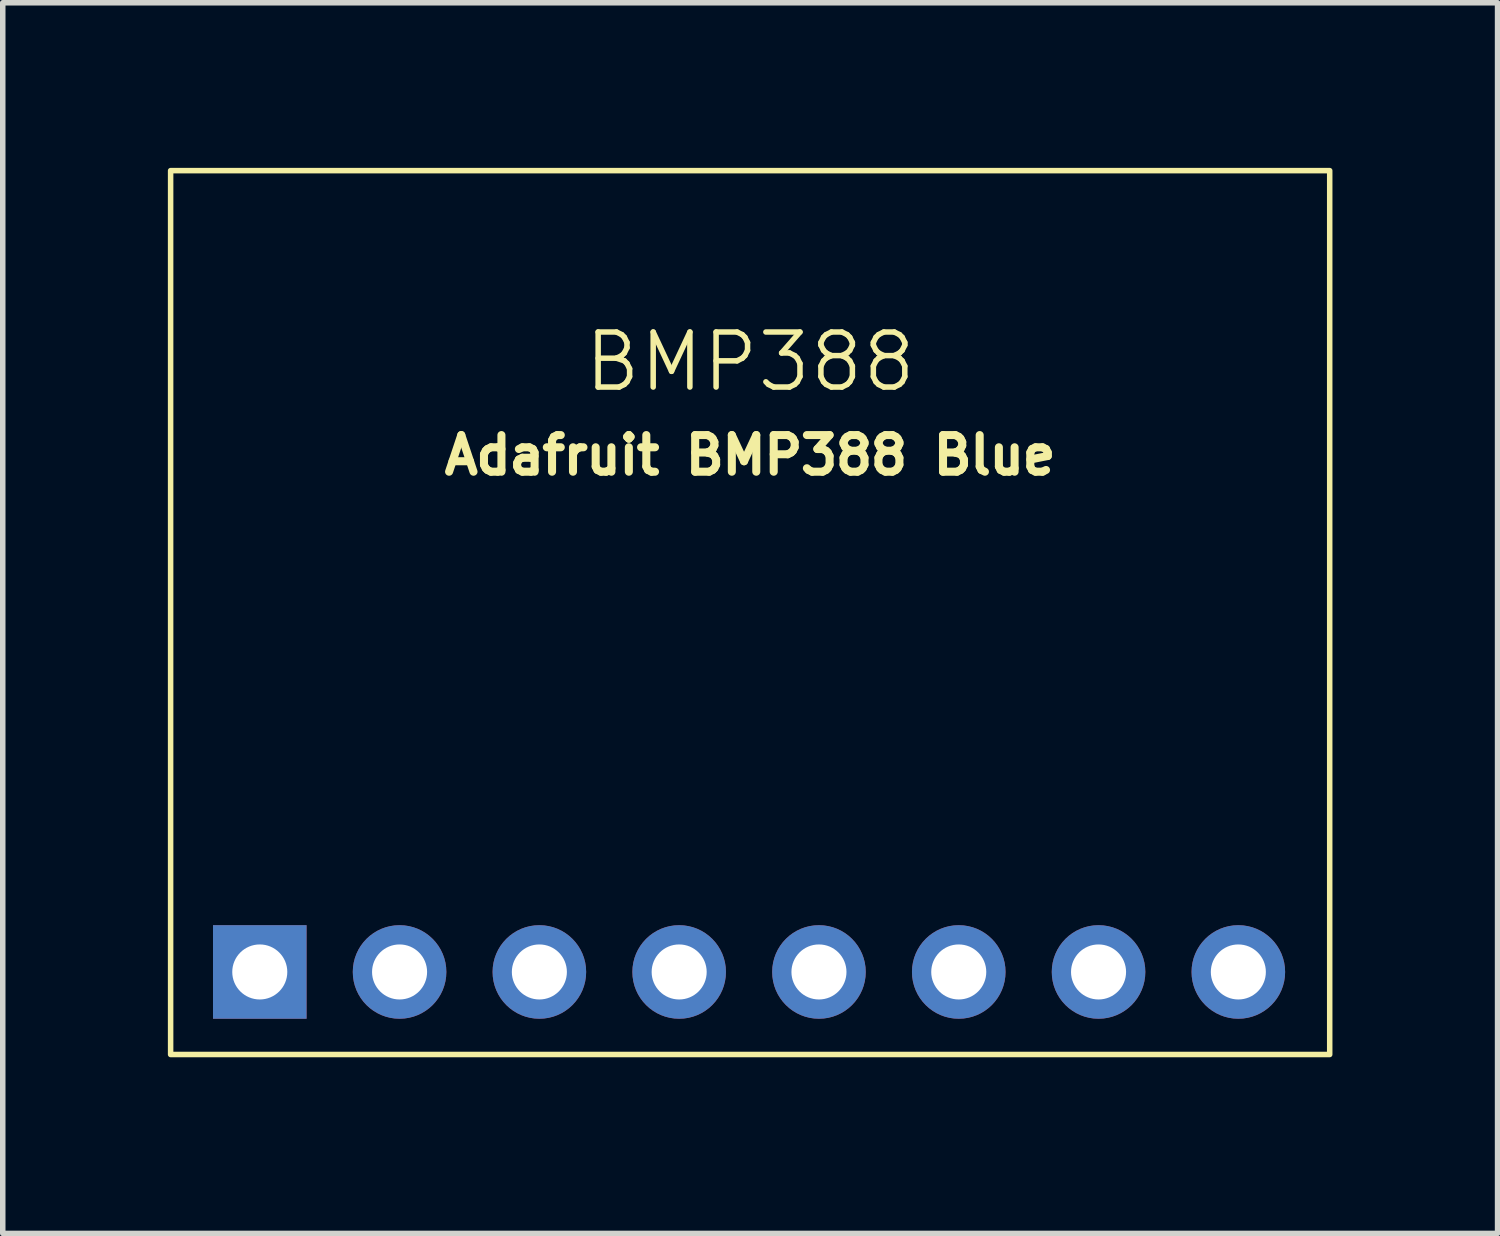
<source format=kicad_pcb>
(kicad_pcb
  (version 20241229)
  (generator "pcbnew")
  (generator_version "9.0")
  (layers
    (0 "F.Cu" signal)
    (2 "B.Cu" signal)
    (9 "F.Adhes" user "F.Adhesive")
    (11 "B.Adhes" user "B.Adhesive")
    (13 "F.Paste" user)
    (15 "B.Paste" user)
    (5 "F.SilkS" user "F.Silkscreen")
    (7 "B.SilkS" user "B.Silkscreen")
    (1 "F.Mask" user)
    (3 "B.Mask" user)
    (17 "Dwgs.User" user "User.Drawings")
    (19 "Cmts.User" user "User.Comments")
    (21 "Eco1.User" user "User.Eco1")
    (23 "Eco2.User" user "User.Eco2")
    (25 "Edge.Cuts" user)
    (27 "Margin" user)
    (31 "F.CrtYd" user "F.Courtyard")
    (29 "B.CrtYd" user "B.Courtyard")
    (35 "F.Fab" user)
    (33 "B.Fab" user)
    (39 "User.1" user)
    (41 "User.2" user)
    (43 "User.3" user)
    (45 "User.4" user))
  (footprint "Adafruit BMP388 Blue"
    (layer "F.Cu")
    (at 10.58 16.11)
    (property "Reference" "Adafruit BMP388 Blue" (at 0 -10.5 0) (layer "F.SilkS") (effects (font (size 0.666 0.666) (thickness 0.146)) (justify bottom)))
    (fp_rect (start -10.53 0) (end 10.53 -16.06) (stroke (width 0.1) (type default)) (fill no) (layer "F.SilkS"))
    (fp_text user "BMP388" (at 0 -12 0) (unlocked yes) (layer "F.SilkS") (effects (font (size 1 1) (thickness 0.1)) (justify bottom)))
    (pad "1" thru_hole rect (at -8.91 -1.5 90) (size 1.7 1.7) (drill 1) (layers "*.Cu" "*.Mask"))
    (pad "2" thru_hole oval (at -6.37 -1.5 90) (size 1.7 1.7) (drill 1) (layers "*.Cu" "*.Mask"))
    (pad "3" thru_hole oval (at -3.83 -1.5 90) (size 1.7 1.7) (drill 1) (layers "*.Cu" "*.Mask"))
    (pad "4" thru_hole oval (at -1.29 -1.5 90) (size 1.7 1.7) (drill 1) (layers "*.Cu" "*.Mask"))
    (pad "5" thru_hole oval (at 1.25 -1.5 90) (size 1.7 1.7) (drill 1) (layers "*.Cu" "*.Mask"))
    (pad "6" thru_hole oval (at 3.79 -1.5 90) (size 1.7 1.7) (drill 1) (layers "*.Cu" "*.Mask"))
    (pad "7" thru_hole oval (at 6.33 -1.5 90) (size 1.7 1.7) (drill 1) (layers "*.Cu" "*.Mask"))
    (pad "8" thru_hole oval (at 8.87 -1.5 90) (size 1.7 1.7) (drill 1) (layers "*.Cu" "*.Mask")))
  (gr_rect
    (start -3 -3)
    (end 24.16 19.36)
    (stroke (width 0.1) (type default))
    (fill no)
    (layer "Edge.Cuts")))
</source>
